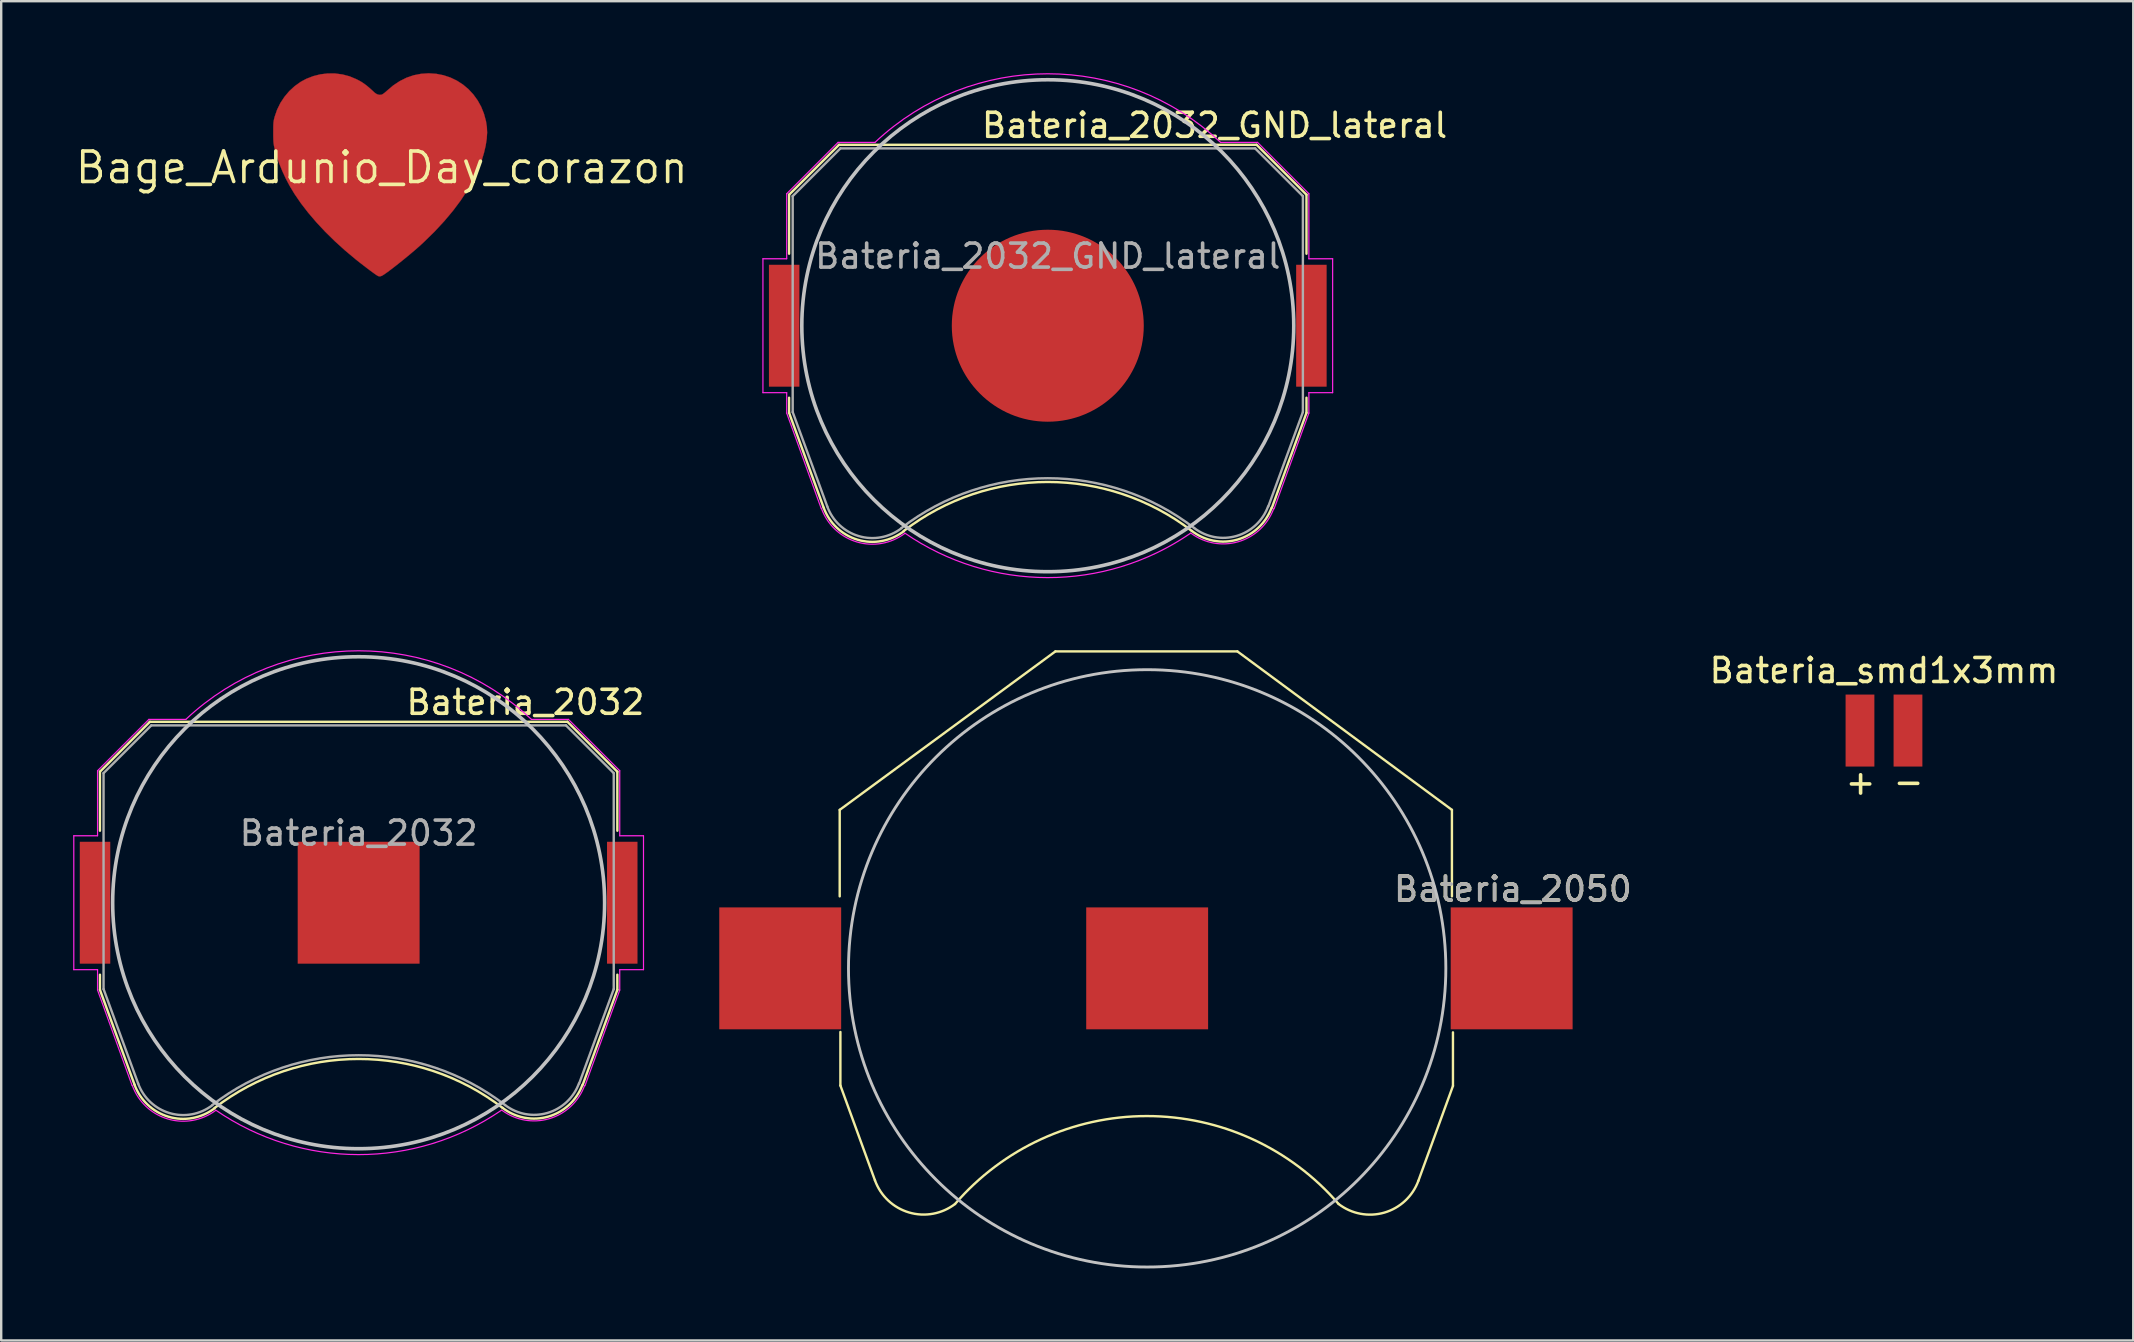
<source format=kicad_pcb>
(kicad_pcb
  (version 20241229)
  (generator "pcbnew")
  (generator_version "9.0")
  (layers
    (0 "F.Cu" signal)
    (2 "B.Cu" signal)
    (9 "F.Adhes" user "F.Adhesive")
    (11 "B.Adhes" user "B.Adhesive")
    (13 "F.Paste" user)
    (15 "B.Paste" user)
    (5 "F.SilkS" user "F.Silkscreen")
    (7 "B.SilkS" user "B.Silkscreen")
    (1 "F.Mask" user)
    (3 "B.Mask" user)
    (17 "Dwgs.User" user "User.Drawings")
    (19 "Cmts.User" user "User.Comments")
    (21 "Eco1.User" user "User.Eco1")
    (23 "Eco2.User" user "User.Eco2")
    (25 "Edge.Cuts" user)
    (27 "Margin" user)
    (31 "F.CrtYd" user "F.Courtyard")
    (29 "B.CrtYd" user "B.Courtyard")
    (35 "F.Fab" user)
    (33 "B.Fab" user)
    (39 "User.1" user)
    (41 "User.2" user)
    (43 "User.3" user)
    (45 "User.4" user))
  (footprint "Bateria_2032_GND_lateral"
    (layer "F.Cu")
    (at 40.612 10.523)
    (property "Reference" "Bateria_2032_GND_lateral" (at 6.95 -8.35 0) (layer "F.SilkS") (effects (font (size 1 1) (thickness 0.15))))
    (attr smd)
    (fp_line (start -10.78 -5.46) (end -10.78 -3) (stroke (width 0.1) (type solid)) (layer "F.SilkS"))
    (fp_line (start -10.78 3) (end -10.78 3.63) (stroke (width 0.1) (type solid)) (layer "F.SilkS"))
    (fp_line (start -10.78 3.63) (end -9.34 7.58) (stroke (width 0.1) (type solid)) (layer "F.SilkS"))
    (fp_line (start -8.7 -7.54) (end -10.78 -5.46) (stroke (width 0.1) (type solid)) (layer "F.SilkS"))
    (fp_line (start 8.7 -7.54) (end -8.7 -7.54) (stroke (width 0.1) (type solid)) (layer "F.SilkS"))
    (fp_line (start 8.7 -7.54) (end 10.78 -5.46) (stroke (width 0.1) (type solid)) (layer "F.SilkS"))
    (fp_line (start 10.78 -5.46) (end 10.78 -3) (stroke (width 0.1) (type solid)) (layer "F.SilkS"))
    (fp_line (start 10.78 3) (end 10.78 3.63) (stroke (width 0.1) (type solid)) (layer "F.SilkS"))
    (fp_line (start 10.78 3.63) (end 9.34 7.58) (stroke (width 0.1) (type solid)) (layer "F.SilkS"))
    (fp_arc (start -6.0046 8.553536) (mid -0.002901 6.511341) (end 6 8.55) (stroke (width 0.1) (type solid)) (layer "F.SilkS"))
    (fp_arc (start -6.003354 8.56653) (mid -7.921654 8.918738) (end -9.34 7.58) (stroke (width 0.1) (type solid)) (layer "F.SilkS"))
    (fp_arc (start 9.325243 7.588169) (mid 7.90634 8.911668) (end 6 8.55) (stroke (width 0.1) (type solid)) (layer "F.SilkS"))
    (fp_circle (center 0 0) (end 0 10.25) (stroke (width 0.15) (type solid)) (fill no) (layer "Dwgs.User"))
    (fp_line (start -11.87 -2.79) (end -11.87 2.79) (stroke (width 0.05) (type solid)) (layer "F.CrtYd"))
    (fp_line (start -11.87 2.79) (end -10.88 2.79) (stroke (width 0.05) (type solid)) (layer "F.CrtYd"))
    (fp_line (start -10.88 -5.5) (end -10.88 -2.79) (stroke (width 0.05) (type solid)) (layer "F.CrtYd"))
    (fp_line (start -10.88 -2.79) (end -11.87 -2.79) (stroke (width 0.05) (type solid)) (layer "F.CrtYd"))
    (fp_line (start -10.88 2.79) (end -10.88 3.64) (stroke (width 0.05) (type solid)) (layer "F.CrtYd"))
    (fp_line (start -10.88 3.64) (end -9.44 7.62) (stroke (width 0.05) (type solid)) (layer "F.CrtYd"))
    (fp_line (start -8.74 -7.64) (end -10.88 -5.5) (stroke (width 0.05) (type solid)) (layer "F.CrtYd"))
    (fp_line (start -7.2 -7.64) (end -8.74 -7.64) (stroke (width 0.05) (type solid)) (layer "F.CrtYd"))
    (fp_line (start 8.74 -7.64) (end 7.2 -7.64) (stroke (width 0.05) (type solid)) (layer "F.CrtYd"))
    (fp_line (start 9.43 7.63) (end 10.88 3.64) (stroke (width 0.05) (type solid)) (layer "F.CrtYd"))
    (fp_line (start 10.88 -5.5) (end 8.74 -7.64) (stroke (width 0.05) (type solid)) (layer "F.CrtYd"))
    (fp_line (start 10.88 -2.79) (end 10.88 -5.5) (stroke (width 0.05) (type solid)) (layer "F.CrtYd"))
    (fp_line (start 10.88 2.79) (end 11.87 2.79) (stroke (width 0.05) (type solid)) (layer "F.CrtYd"))
    (fp_line (start 10.88 3.64) (end 10.88 2.79) (stroke (width 0.05) (type solid)) (layer "F.CrtYd"))
    (fp_line (start 11.87 -2.79) (end 10.88 -2.79) (stroke (width 0.05) (type solid)) (layer "F.CrtYd"))
    (fp_line (start 11.87 2.79) (end 11.87 -2.79) (stroke (width 0.05) (type solid)) (layer "F.CrtYd"))
    (fp_arc (start -7.199546 -7.640427) (mid 0.000312 -10.498075) (end 7.2 -7.64) (stroke (width 0.05) (type solid)) (layer "F.CrtYd"))
    (fp_arc (start -5.956965 8.654604) (mid -7.953941 9.011629) (end -9.43 7.62) (stroke (width 0.05) (type solid)) (layer "F.CrtYd"))
    (fp_arc (start 5.945368 8.650075) (mid -0.008883 10.496243) (end -5.96 8.64) (stroke (width 0.05) (type solid)) (layer "F.CrtYd"))
    (fp_arc (start 9.415144 7.621341) (mid 7.944017 9.000493) (end 5.96 8.64) (stroke (width 0.05) (type solid)) (layer "F.CrtYd"))
    (fp_line (start -10.63 -5.4) (end -8.64 -7.39) (stroke (width 0.1) (type solid)) (layer "F.Fab"))
    (fp_line (start -10.63 3.6) (end -10.63 -5.4) (stroke (width 0.1) (type solid)) (layer "F.Fab"))
    (fp_line (start -9.19 7.53) (end -10.63 3.6) (stroke (width 0.1) (type solid)) (layer "F.Fab"))
    (fp_line (start -8.64 -7.39) (end 8.64 -7.39) (stroke (width 0.1) (type solid)) (layer "F.Fab"))
    (fp_line (start 8.64 -7.39) (end 10.63 -5.4) (stroke (width 0.1) (type solid)) (layer "F.Fab"))
    (fp_line (start 10.63 -5.4) (end 10.63 3.6) (stroke (width 0.1) (type solid)) (layer "F.Fab"))
    (fp_line (start 10.63 3.6) (end 9.19 7.53) (stroke (width 0.1) (type solid)) (layer "F.Fab"))
    (fp_arc (start -6.096146 8.438508) (mid -7.87328 8.768206) (end -9.19 7.53) (stroke (width 0.1) (type solid)) (layer "F.Fab"))
    (fp_arc (start -6.094852 8.426043) (mid 0.003247 6.355257) (end 6.1 8.43) (stroke (width 0.1) (type solid)) (layer "F.Fab"))
    (fp_arc (start 9.180727 7.528882) (mid 7.868698 8.760067) (end 6.1 8.43) (stroke (width 0.1) (type solid)) (layer "F.Fab"))
    (fp_text user "${REFERENCE}" (at 0 -2.9 0) (layer "F.Fab") (effects (font (size 1 1) (thickness 0.15))))
    (pad "1" smd rect (at -10.985 0) (size 1.27 5.08) (layers "F.Cu" "F.Mask" "F.Paste"))
    (pad "1" smd rect (at 10.985 0) (size 1.27 5.08) (layers "F.Cu" "F.Mask" "F.Paste"))
    (pad "2" smd circle (at 0 0) (size 8 8) (layers "F.Cu" "F.Mask" "F.Paste")))
  (footprint "Bage_Ardunio_Day_corazon"
    (layer "F.Cu")
    (at 12.858 3.932)
    (property "Reference" "Bage_Ardunio_Day_corazon" (at 0 0 0) (layer "F.SilkS") (effects (font (size 1.27 1.27) (thickness 0.15))))
    (attr through_hole)
    (fp_poly (pts (xy 2.27 -3.906) (xy 2.573 -3.847) (xy 2.861 -3.751) (xy 3.132 -3.621) (xy 3.383 -3.459) (xy 3.613 -3.266) (xy 3.817 -3.046) (xy 3.995 -2.8) (xy 4.144 -2.531) (xy 4.26 -2.241) (xy 4.343 -1.932) (xy 4.38 -1.694) (xy 4.391 -1.458) (xy 4.374 -1.196) (xy 4.33 -0.911) (xy 4.259 -0.609) (xy 4.179 -0.341) (xy 4.019 0.08) (xy 3.818 0.506) (xy 3.576 0.934) (xy 3.294 1.364) (xy 2.971 1.796) (xy 2.608 2.229) (xy 2.207 2.662) (xy 1.766 3.094) (xy 1.631 3.22) (xy 1.511 3.327) (xy 1.376 3.445) (xy 1.228 3.57) (xy 1.072 3.7) (xy 0.912 3.831) (xy 0.753 3.959) (xy 0.597 4.082) (xy 0.451 4.196) (xy 0.317 4.297) (xy 0.2 4.383) (xy 0.104 4.45) (xy 0.033 4.495) (xy 0.003 4.511) (xy -0.062 4.534) (xy -0.111 4.535) (xy -0.167 4.513) (xy -0.183 4.504) (xy -0.227 4.476) (xy -0.299 4.426) (xy -0.393 4.358) (xy -0.504 4.276) (xy -0.626 4.184) (xy -0.755 4.085) (xy -0.884 3.985) (xy -1.009 3.887) (xy -1.093 3.82) (xy -1.539 3.446) (xy -1.961 3.063) (xy -2.357 2.674) (xy -2.725 2.28) (xy -3.062 1.885) (xy -3.366 1.492) (xy -3.633 1.103) (xy -3.845 0.751) (xy -3.999 0.459) (xy -4.141 0.153) (xy -4.267 -0.156) (xy -4.372 -0.458) (xy -4.454 -0.743) (xy -4.474 -0.828) (xy -4.491 -0.908) (xy -4.503 -0.984) (xy -4.512 -1.064) (xy -4.517 -1.158) (xy -4.52 -1.274) (xy -4.521 -1.42) (xy -4.521 -1.471) (xy -4.52 -1.621) (xy -4.519 -1.738) (xy -4.515 -1.828) (xy -4.509 -1.902) (xy -4.499 -1.967) (xy -4.485 -2.031) (xy -4.467 -2.103) (xy -4.465 -2.111) (xy -4.363 -2.407) (xy -4.226 -2.687) (xy -4.055 -2.947) (xy -3.855 -3.184) (xy -3.628 -3.393) (xy -3.379 -3.571) (xy -3.151 -3.694) (xy -2.858 -3.809) (xy -2.556 -3.885) (xy -2.248 -3.922) (xy -1.94 -3.92) (xy -1.635 -3.879) (xy -1.338 -3.8) (xy -1.06 -3.684) (xy -0.941 -3.623) (xy -0.835 -3.562) (xy -0.735 -3.495) (xy -0.633 -3.419) (xy -0.521 -3.325) (xy -0.393 -3.211) (xy -0.291 -3.116) (xy -0.202 -3.057) (xy -0.102 -3.029) (xy -0.006 -3.037) (xy 0.04 -3.06) (xy 0.105 -3.105) (xy 0.177 -3.165) (xy 0.212 -3.197) (xy 0.476 -3.421) (xy 0.75 -3.603) (xy 1.035 -3.745) (xy 1.33 -3.846) (xy 1.637 -3.906) (xy 1.955 -3.927) (xy 2.27 -3.906)) (stroke (width 0.01) (type solid)) (fill yes) (layer "F.Cu"))
    (fp_poly (pts (xy 2.272 -3.905) (xy 2.575 -3.846) (xy 2.863 -3.75) (xy 3.134 -3.62) (xy 3.385 -3.457) (xy 3.614 -3.265) (xy 3.819 -3.045) (xy 3.997 -2.799) (xy 4.145 -2.53) (xy 4.262 -2.239) (xy 4.344 -1.93) (xy 4.382 -1.693) (xy 4.392 -1.457) (xy 4.375 -1.194) (xy 4.331 -0.91) (xy 4.261 -0.607) (xy 4.18 -0.34) (xy 4.021 0.082) (xy 3.82 0.507) (xy 3.578 0.935) (xy 3.295 1.365) (xy 2.972 1.797) (xy 2.61 2.23) (xy 2.208 2.663) (xy 1.768 3.095) (xy 1.632 3.221) (xy 1.513 3.328) (xy 1.378 3.446) (xy 1.23 3.571) (xy 1.074 3.701) (xy 0.914 3.832) (xy 0.754 3.96) (xy 0.599 4.083) (xy 0.453 4.197) (xy 0.319 4.298) (xy 0.202 4.384) (xy 0.106 4.452) (xy 0.035 4.497) (xy 0.004 4.512) (xy -0.06 4.535) (xy -0.11 4.536) (xy -0.165 4.514) (xy -0.182 4.505) (xy -0.225 4.478) (xy -0.297 4.428) (xy -0.391 4.359) (xy -0.502 4.277) (xy -0.625 4.185) (xy -0.753 4.087) (xy -0.883 3.986) (xy -1.007 3.888) (xy -1.092 3.821) (xy -1.537 3.448) (xy -1.959 3.065) (xy -2.356 2.675) (xy -2.724 2.281) (xy -3.061 1.886) (xy -3.364 1.493) (xy -3.631 1.105) (xy -3.844 0.753) (xy -3.997 0.46) (xy -4.139 0.155) (xy -4.265 -0.154) (xy -4.371 -0.457) (xy -4.452 -0.742) (xy -4.473 -0.827) (xy -4.489 -0.907) (xy -4.502 -0.983) (xy -4.51 -1.063) (xy -4.515 -1.157) (xy -4.518 -1.272) (xy -4.519 -1.419) (xy -4.519 -1.47) (xy -4.519 -1.62) (xy -4.517 -1.736) (xy -4.513 -1.827) (xy -4.507 -1.901) (xy -4.497 -1.965) (xy -4.484 -2.03) (xy -4.465 -2.102) (xy -4.463 -2.109) (xy -4.362 -2.405) (xy -4.224 -2.685) (xy -4.054 -2.946) (xy -3.853 -3.183) (xy -3.627 -3.392) (xy -3.377 -3.57) (xy -3.15 -3.693) (xy -2.857 -3.807) (xy -2.554 -3.883) (xy -2.246 -3.92) (xy -1.938 -3.919) (xy -1.633 -3.878) (xy -1.337 -3.798) (xy -1.058 -3.683) (xy -0.939 -3.622) (xy -0.834 -3.561) (xy -0.733 -3.494) (xy -0.631 -3.417) (xy -0.52 -3.324) (xy -0.391 -3.209) (xy -0.29 -3.115) (xy -0.201 -3.056) (xy -0.101 -3.028) (xy -0.004 -3.036) (xy 0.042 -3.059) (xy 0.106 -3.104) (xy 0.179 -3.164) (xy 0.214 -3.196) (xy 0.478 -3.419) (xy 0.752 -3.602) (xy 1.036 -3.744) (xy 1.332 -3.845) (xy 1.639 -3.905) (xy 1.956 -3.925) (xy 2.272 -3.905)) (stroke (width 0.01) (type solid)) (fill yes) (layer "F.Mask")))
  (footprint "Bateria_2032"
    (layer "F.Cu")
    (at 11.895 34.567)
    (property "Reference" "Bateria_2032" (at 6.95 -8.35 0) (layer "F.SilkS") (effects (font (size 1 1) (thickness 0.15))))
    (attr smd)
    (fp_line (start -10.78 -5.46) (end -10.78 -3) (stroke (width 0.1) (type solid)) (layer "F.SilkS"))
    (fp_line (start -10.78 3) (end -10.78 3.63) (stroke (width 0.1) (type solid)) (layer "F.SilkS"))
    (fp_line (start -10.78 3.63) (end -9.34 7.58) (stroke (width 0.1) (type solid)) (layer "F.SilkS"))
    (fp_line (start -8.7 -7.54) (end -10.78 -5.46) (stroke (width 0.1) (type solid)) (layer "F.SilkS"))
    (fp_line (start 8.7 -7.54) (end -8.7 -7.54) (stroke (width 0.1) (type solid)) (layer "F.SilkS"))
    (fp_line (start 8.7 -7.54) (end 10.78 -5.46) (stroke (width 0.1) (type solid)) (layer "F.SilkS"))
    (fp_line (start 10.78 -5.46) (end 10.78 -3) (stroke (width 0.1) (type solid)) (layer "F.SilkS"))
    (fp_line (start 10.78 3) (end 10.78 3.63) (stroke (width 0.1) (type solid)) (layer "F.SilkS"))
    (fp_line (start 10.78 3.63) (end 9.34 7.58) (stroke (width 0.1) (type solid)) (layer "F.SilkS"))
    (fp_arc (start -6.0046 8.553536) (mid -0.002901 6.511341) (end 6 8.55) (stroke (width 0.1) (type solid)) (layer "F.SilkS"))
    (fp_arc (start -6.003354 8.56653) (mid -7.921654 8.918738) (end -9.34 7.58) (stroke (width 0.1) (type solid)) (layer "F.SilkS"))
    (fp_arc (start 9.325243 7.588169) (mid 7.90634 8.911668) (end 6 8.55) (stroke (width 0.1) (type solid)) (layer "F.SilkS"))
    (fp_circle (center 0 0) (end 0 10.25) (stroke (width 0.15) (type solid)) (fill no) (layer "Dwgs.User"))
    (fp_line (start -11.87 -2.79) (end -11.87 2.79) (stroke (width 0.05) (type solid)) (layer "F.CrtYd"))
    (fp_line (start -11.87 2.79) (end -10.88 2.79) (stroke (width 0.05) (type solid)) (layer "F.CrtYd"))
    (fp_line (start -10.88 -5.5) (end -10.88 -2.79) (stroke (width 0.05) (type solid)) (layer "F.CrtYd"))
    (fp_line (start -10.88 -2.79) (end -11.87 -2.79) (stroke (width 0.05) (type solid)) (layer "F.CrtYd"))
    (fp_line (start -10.88 2.79) (end -10.88 3.64) (stroke (width 0.05) (type solid)) (layer "F.CrtYd"))
    (fp_line (start -10.88 3.64) (end -9.44 7.62) (stroke (width 0.05) (type solid)) (layer "F.CrtYd"))
    (fp_line (start -8.74 -7.64) (end -10.88 -5.5) (stroke (width 0.05) (type solid)) (layer "F.CrtYd"))
    (fp_line (start -7.2 -7.64) (end -8.74 -7.64) (stroke (width 0.05) (type solid)) (layer "F.CrtYd"))
    (fp_line (start 8.74 -7.64) (end 7.2 -7.64) (stroke (width 0.05) (type solid)) (layer "F.CrtYd"))
    (fp_line (start 9.43 7.63) (end 10.88 3.64) (stroke (width 0.05) (type solid)) (layer "F.CrtYd"))
    (fp_line (start 10.88 -5.5) (end 8.74 -7.64) (stroke (width 0.05) (type solid)) (layer "F.CrtYd"))
    (fp_line (start 10.88 -2.79) (end 10.88 -5.5) (stroke (width 0.05) (type solid)) (layer "F.CrtYd"))
    (fp_line (start 10.88 2.79) (end 11.87 2.79) (stroke (width 0.05) (type solid)) (layer "F.CrtYd"))
    (fp_line (start 10.88 3.64) (end 10.88 2.79) (stroke (width 0.05) (type solid)) (layer "F.CrtYd"))
    (fp_line (start 11.87 -2.79) (end 10.88 -2.79) (stroke (width 0.05) (type solid)) (layer "F.CrtYd"))
    (fp_line (start 11.87 2.79) (end 11.87 -2.79) (stroke (width 0.05) (type solid)) (layer "F.CrtYd"))
    (fp_arc (start -7.199546 -7.640427) (mid 0.000312 -10.498075) (end 7.2 -7.64) (stroke (width 0.05) (type solid)) (layer "F.CrtYd"))
    (fp_arc (start -5.956965 8.654604) (mid -7.953941 9.011629) (end -9.43 7.62) (stroke (width 0.05) (type solid)) (layer "F.CrtYd"))
    (fp_arc (start 5.945368 8.650075) (mid -0.008883 10.496243) (end -5.96 8.64) (stroke (width 0.05) (type solid)) (layer "F.CrtYd"))
    (fp_arc (start 9.415144 7.621341) (mid 7.944017 9.000493) (end 5.96 8.64) (stroke (width 0.05) (type solid)) (layer "F.CrtYd"))
    (fp_line (start -10.63 -5.4) (end -8.64 -7.39) (stroke (width 0.1) (type solid)) (layer "F.Fab"))
    (fp_line (start -10.63 3.6) (end -10.63 -5.4) (stroke (width 0.1) (type solid)) (layer "F.Fab"))
    (fp_line (start -9.19 7.53) (end -10.63 3.6) (stroke (width 0.1) (type solid)) (layer "F.Fab"))
    (fp_line (start -8.64 -7.39) (end 8.64 -7.39) (stroke (width 0.1) (type solid)) (layer "F.Fab"))
    (fp_line (start 8.64 -7.39) (end 10.63 -5.4) (stroke (width 0.1) (type solid)) (layer "F.Fab"))
    (fp_line (start 10.63 -5.4) (end 10.63 3.6) (stroke (width 0.1) (type solid)) (layer "F.Fab"))
    (fp_line (start 10.63 3.6) (end 9.19 7.53) (stroke (width 0.1) (type solid)) (layer "F.Fab"))
    (fp_arc (start -6.096146 8.438508) (mid -7.87328 8.768206) (end -9.19 7.53) (stroke (width 0.1) (type solid)) (layer "F.Fab"))
    (fp_arc (start -6.094852 8.426043) (mid 0.003247 6.355257) (end 6.1 8.43) (stroke (width 0.1) (type solid)) (layer "F.Fab"))
    (fp_arc (start 9.180727 7.528882) (mid 7.868698 8.760067) (end 6.1 8.43) (stroke (width 0.1) (type solid)) (layer "F.Fab"))
    (fp_text user "${REFERENCE}" (at 0 -2.9 0) (layer "F.Fab") (effects (font (size 1 1) (thickness 0.15))))
    (pad "1" smd rect (at -10.985 0) (size 1.27 5.08) (layers "F.Cu" "F.Mask" "F.Paste"))
    (pad "1" smd rect (at 10.985 0) (size 1.27 5.08) (layers "F.Cu" "F.Mask" "F.Paste"))
    (pad "2" smd rect (at 0 0) (size 5.08 5.08) (layers "F.Cu" "F.Mask" "F.Paste")))
  (footprint "Bateria_2050"
    (layer "F.Cu")
    (at 44.753 37.302)
    (property "Reference" "Bateria_2050" (at 15.24 -3.302 0) (layer "F.SilkS") (effects (font (size 1 1) (thickness 0.15))))
    (attr smd)
    (fp_line (start -12.812 -6.604) (end -12.812 -3) (stroke (width 0.1) (type solid)) (layer "F.SilkS"))
    (fp_line (start -12.783 2.651) (end -12.783 4.883) (stroke (width 0.1) (type solid)) (layer "F.SilkS"))
    (fp_line (start -12.783 4.883) (end -11.343 8.833) (stroke (width 0.1) (type solid)) (layer "F.SilkS"))
    (fp_line (start -3.823 -13.208) (end -12.812 -6.604) (stroke (width 0.1) (type solid)) (layer "F.SilkS"))
    (fp_line (start 3.759 -13.208) (end -3.823 -13.208) (stroke (width 0.1) (type solid)) (layer "F.SilkS"))
    (fp_line (start 3.759 -13.208) (end 12.7 -6.604) (stroke (width 0.1) (type solid)) (layer "F.SilkS"))
    (fp_line (start 12.7 -6.604) (end 12.7 -3) (stroke (width 0.1) (type solid)) (layer "F.SilkS"))
    (fp_line (start 12.743 2.667) (end 12.743 4.899) (stroke (width 0.1) (type solid)) (layer "F.SilkS"))
    (fp_line (start 12.743 4.899) (end 11.303 8.849) (stroke (width 0.1) (type solid)) (layer "F.SilkS"))
    (fp_arc (start -8.00608 9.819916) (mid -9.92438 10.172124) (end -11.342726 8.833386) (stroke (width 0.1) (type solid)) (layer "F.SilkS"))
    (fp_arc (start -8.00608 9.819916) (mid -0.015885 6.155452) (end 7.9756 9.8171) (stroke (width 0.1) (type solid)) (layer "F.SilkS"))
    (fp_arc (start 11.300843 8.855269) (mid 9.88194 10.178768) (end 7.9756 9.8171) (stroke (width 0.1) (type solid)) (layer "F.SilkS"))
    (fp_circle (center 0 0) (end 12.446 0) (stroke (width 0.12) (type solid)) (fill no) (layer "Dwgs.User"))
    (fp_text user "${REFERENCE}" (at 15.24 -3.302 0) (layer "F.Fab") (effects (font (size 1 1) (thickness 0.15))))
    (pad "1" smd rect (at -15.291 0) (size 5.08 5.08) (layers "F.Cu" "F.Mask" "F.Paste"))
    (pad "1" smd rect (at 15.189 0) (size 5.08 5.08) (layers "F.Cu" "F.Mask" "F.Paste"))
    (pad "2" smd rect (at 0 0) (size 5.08 5.08) (layers "F.Cu" "F.Mask" "F.Paste")))
  (footprint "Bateria_smd1x3mm"
    (layer "F.Cu")
    (at 75.457 27.393)
    (property "Reference" "Bateria_smd1x3mm" (at 0 -2.5 180) (layer "F.SilkS") (effects (font (size 1 1) (thickness 0.15))))
    (attr through_hole)
    (fp_text user "+" (at -0.975 2.15 0) (layer "F.SilkS") (effects (font (size 1 1) (thickness 0.15))))
    (fp_text user "-" (at 1.025 2.125 0) (layer "F.SilkS") (effects (font (size 1 1) (thickness 0.15))))
    (pad "1" smd rect (at -1 0) (size 1.2 3) (layers "F.Cu" "F.Mask" "F.Paste"))
    (pad "2" smd rect (at 1 0) (size 1.2 3) (layers "F.Cu" "F.Mask" "F.Paste")))
  (gr_rect
    (start -3 -3)
    (end 85.844 52.808)
    (stroke (width 0.1) (type default))
    (fill no)
    (layer "Edge.Cuts")))
</source>
